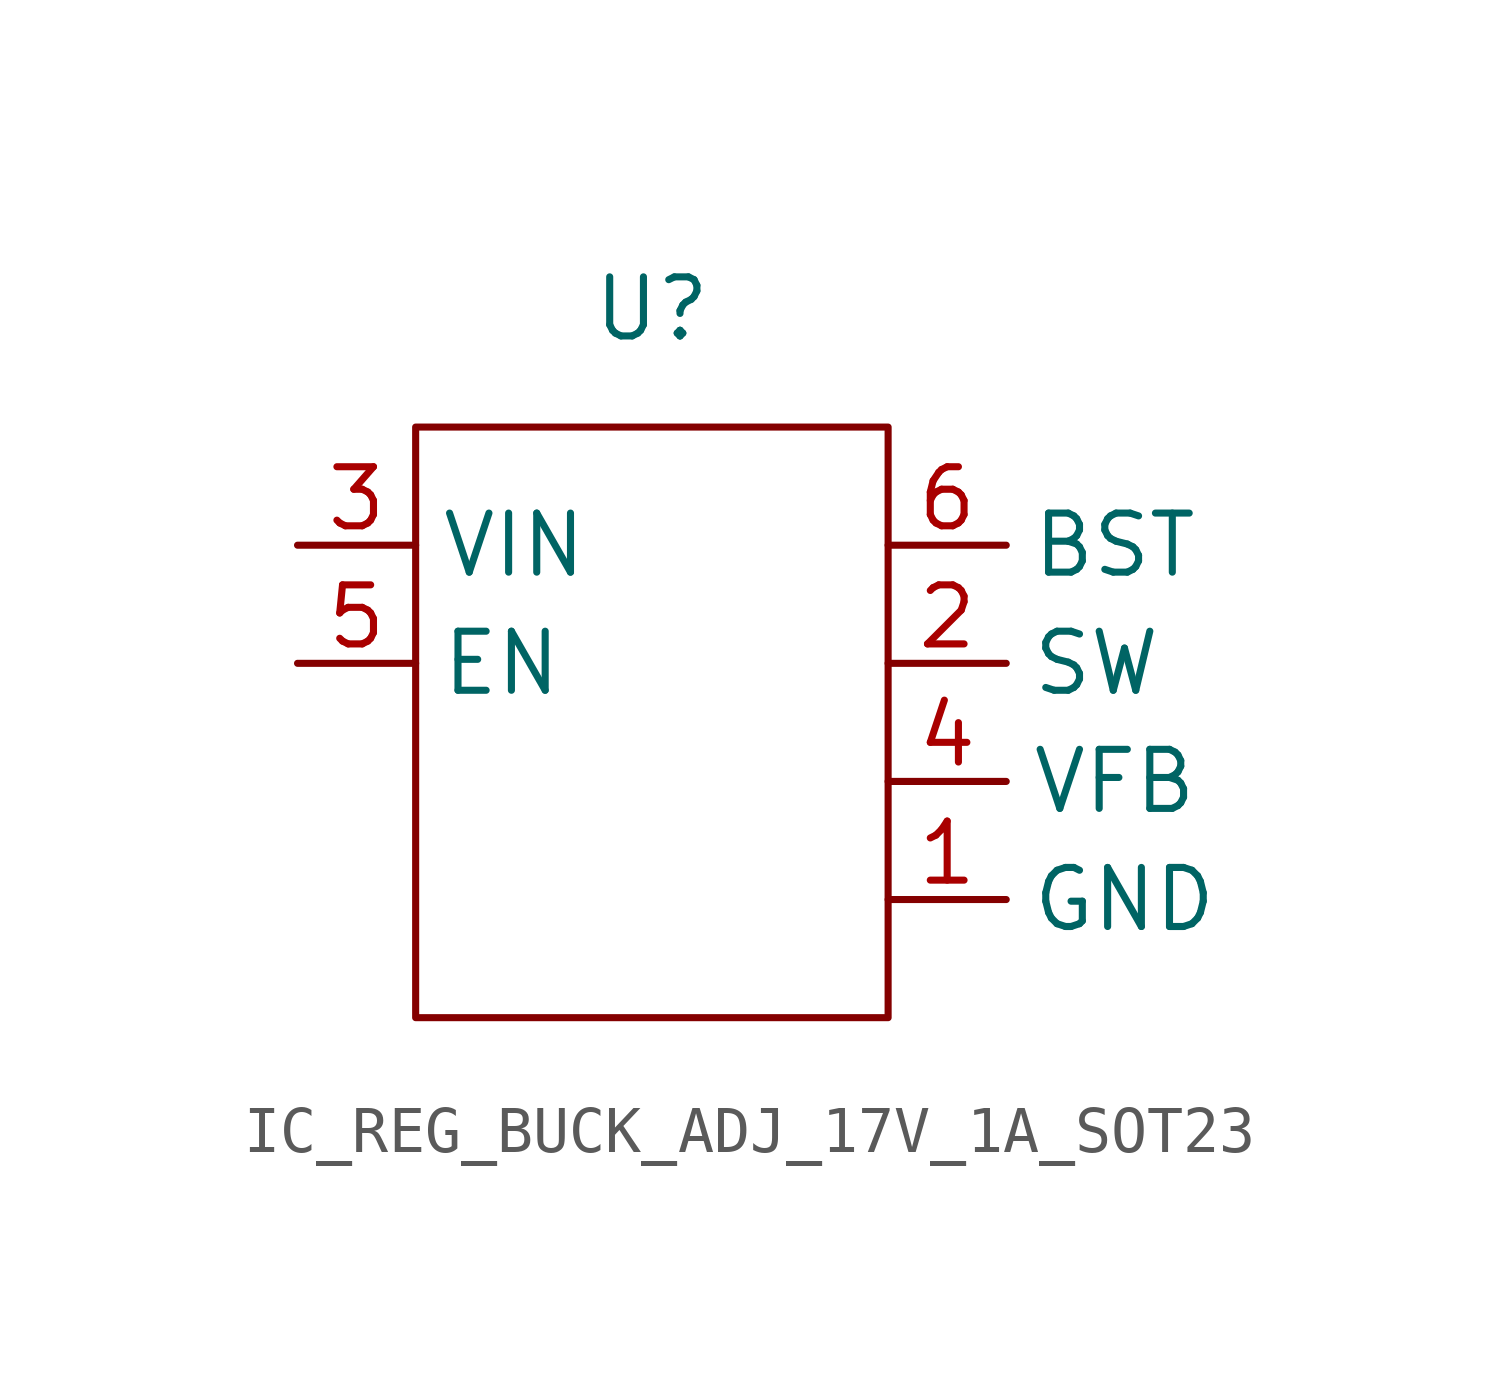
<source format=kicad_sym>
(kicad_symbol_lib
  (version 20220914)
  (generator kicad_symbol_editor)
  (symbol "IC_REG_BUCK_ADJ_17V_1A_SOT23"
    (property "Reference" "U"
      (at 0 7.62 0)
      (effects (font (size 1.27 1.27))))
    (property "Value" ""
      (at -2.54 0 0)
      (effects (font (size 1.27 1.27))))
    (symbol "IC_REG_BUCK_ADJ_17V_1A_SOT23_0_1"
      (rectangle (start -5.08 5.08) (end 5.08 -7.62) (stroke (width 0) (type default)) (fill (type none))))
    (symbol "IC_REG_BUCK_ADJ_17V_1A_SOT23_1_1"
      (pin input line (at 5.08 -5.08 0) (length 2.54) (name "GND" (effects (font (size 1.27 1.27)))) (number "1" (effects (font (size 1.27 1.27)))))
      (pin input line (at 5.08 0 0) (length 2.54) (name "SW" (effects (font (size 1.27 1.27)))) (number "2" (effects (font (size 1.27 1.27)))))
      (pin input line (at -7.62 2.54 0) (length 2.54) (name "VIN" (effects (font (size 1.27 1.27)))) (number "3" (effects (font (size 1.27 1.27)))))
      (pin input line (at 5.08 -2.54 0) (length 2.54) (name "VFB" (effects (font (size 1.27 1.27)))) (number "4" (effects (font (size 1.27 1.27)))))
      (pin input line (at -7.62 0 0) (length 2.54) (name "EN" (effects (font (size 1.27 1.27)))) (number "5" (effects (font (size 1.27 1.27)))))
      (pin input line (at 5.08 2.54 0) (length 2.54) (name "BST" (effects (font (size 1.27 1.27)))) (number "6" (effects (font (size 1.27 1.27))))))))
</source>
